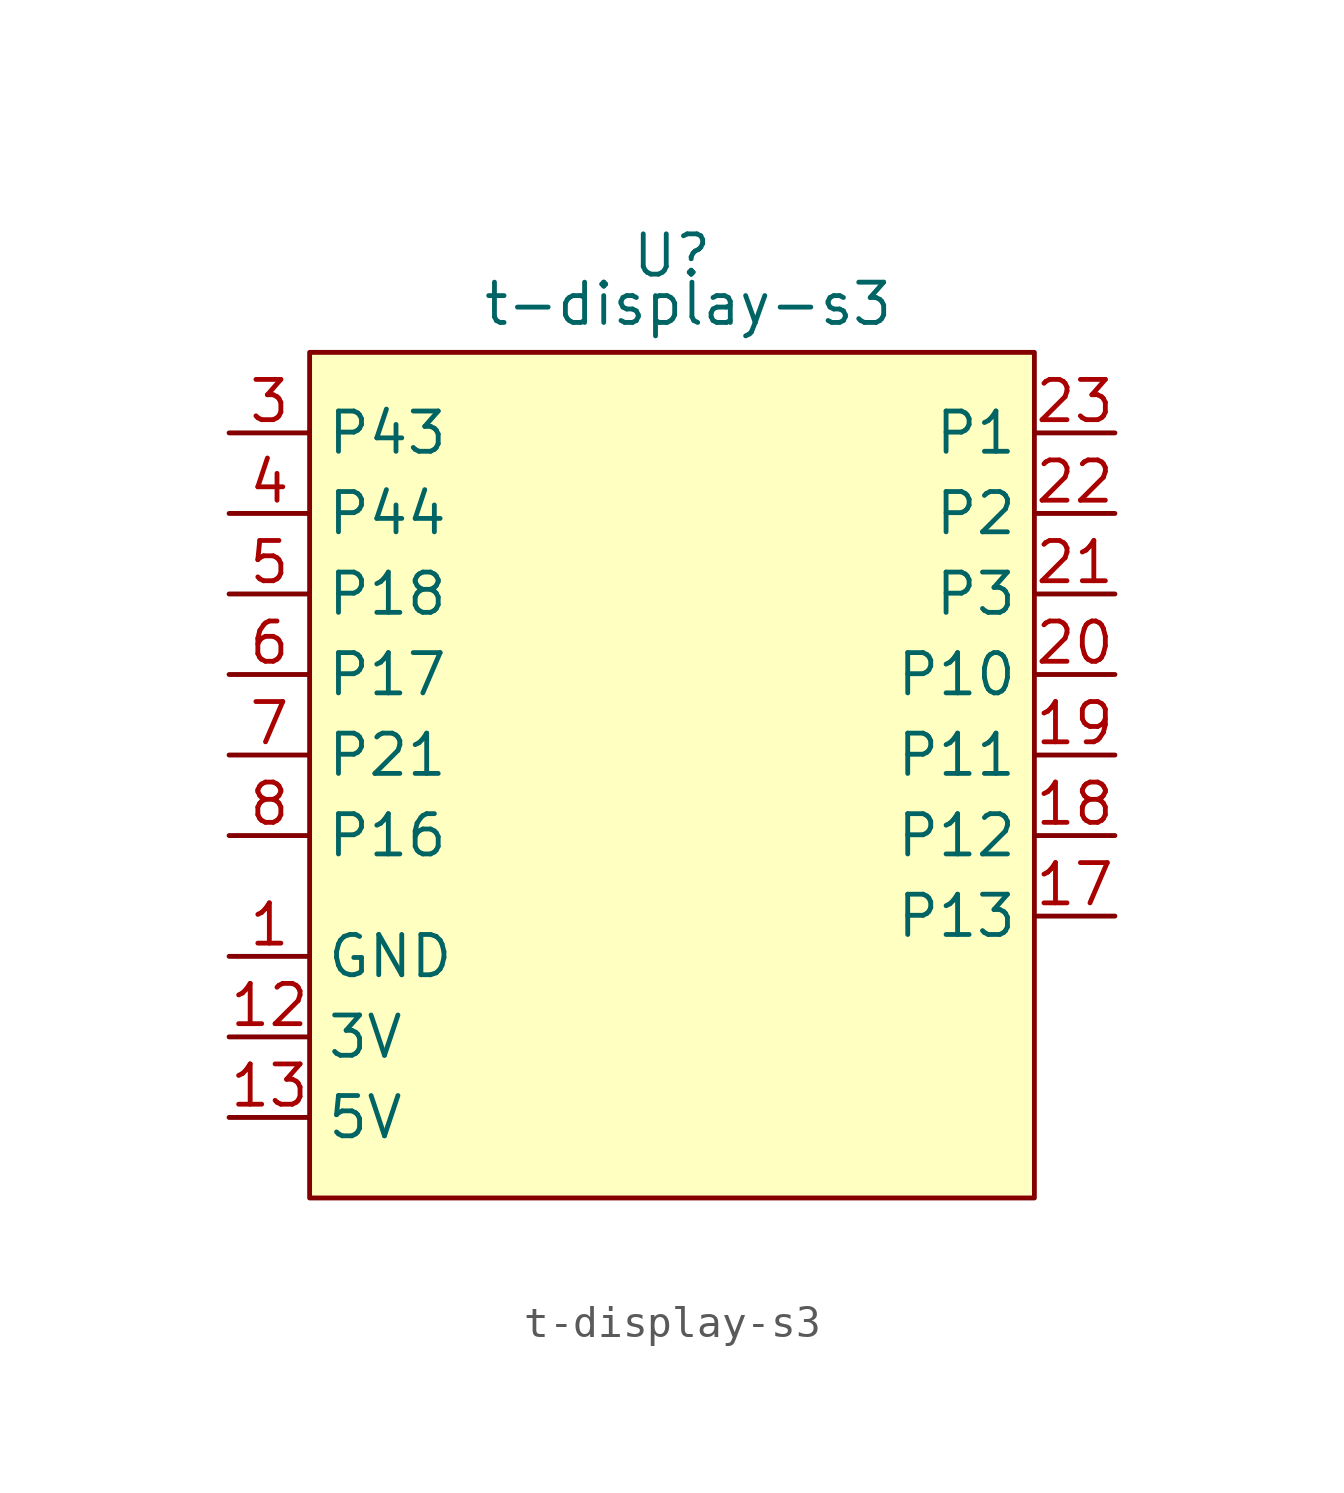
<source format=kicad_sym>
(kicad_symbol_lib
  (version 20241209)
  (generator "kicad_symbol_editor")
  (generator_version "9.0")
  (symbol "t-display-s3"
    (property "Reference" "U"
      (at 0 13.208 0)
      (effects (font (size 1.27 1.27))))
    (property "Value" "t-display-s3"
      (at 0.508 11.684 0)
      (effects (font (size 1.27 1.27))))
    (symbol "t-display-s3_1_1"
      (rectangle (start -11.43 10.16) (end 11.43 -16.51) (stroke (width 0) (type solid)) (fill (type background)))
      (pin input line (at -13.97 7.62 0) (length 2.54) (name "P43" (effects (font (size 1.27 1.27)))) (number "3" (effects (font (size 1.27 1.27)))))
      (pin input line (at -13.97 5.08 0) (length 2.54) (name "P44" (effects (font (size 1.27 1.27)))) (number "4" (effects (font (size 1.27 1.27)))))
      (pin input line (at -13.97 2.54 0) (length 2.54) (name "P18" (effects (font (size 1.27 1.27)))) (number "5" (effects (font (size 1.27 1.27)))))
      (pin input line (at -13.97 0 0) (length 2.54) (name "P17" (effects (font (size 1.27 1.27)))) (number "6" (effects (font (size 1.27 1.27)))))
      (pin input line (at -13.97 -2.54 0) (length 2.54) (name "P21" (effects (font (size 1.27 1.27)))) (number "7" (effects (font (size 1.27 1.27)))))
      (pin input line (at -13.97 -5.08 0) (length 2.54) (name "P16" (effects (font (size 1.27 1.27)))) (number "8" (effects (font (size 1.27 1.27)))))
      (pin input line (at -13.97 -8.89 0) (length 2.54) (name "GND" (effects (font (size 1.27 1.27)))) (number "1" (effects (font (size 1.27 1.27)))))
      (pin input line (at -13.97 -8.89 0) (length 2.54) (hide yes) (name "GND" (effects (font (size 1.27 1.27)))) (number "10" (effects (font (size 1.27 1.27)))))
      (pin input line (at -13.97 -8.89 0) (length 2.54) (hide yes) (name "GND" (effects (font (size 1.27 1.27)))) (number "11" (effects (font (size 1.27 1.27)))))
      (pin input line (at -13.97 -8.89 0) (length 2.54) (hide yes) (name "GND" (effects (font (size 1.27 1.27)))) (number "14" (effects (font (size 1.27 1.27)))))
      (pin input line (at -13.97 -8.89 0) (length 2.54) (hide yes) (name "GND" (effects (font (size 1.27 1.27)))) (number "2" (effects (font (size 1.27 1.27)))))
      (pin input line (at -13.97 -11.43 0) (length 2.54) (name "3V" (effects (font (size 1.27 1.27)))) (number "12" (effects (font (size 1.27 1.27)))))
      (pin input line (at -13.97 -11.43 0) (length 2.54) (hide yes) (name "3V" (effects (font (size 1.27 1.27)))) (number "24" (effects (font (size 1.27 1.27)))))
      (pin input line (at -13.97 -13.97 0) (length 2.54) (name "5V" (effects (font (size 1.27 1.27)))) (number "13" (effects (font (size 1.27 1.27)))))
      (pin input line (at 13.97 7.62 180) (length 2.54) (name "P1" (effects (font (size 1.27 1.27)))) (number "23" (effects (font (size 1.27 1.27)))))
      (pin input line (at 13.97 5.08 180) (length 2.54) (name "P2" (effects (font (size 1.27 1.27)))) (number "22" (effects (font (size 1.27 1.27)))))
      (pin input line (at 13.97 2.54 180) (length 2.54) (name "P3" (effects (font (size 1.27 1.27)))) (number "21" (effects (font (size 1.27 1.27)))))
      (pin input line (at 13.97 0 180) (length 2.54) (name "P10" (effects (font (size 1.27 1.27)))) (number "20" (effects (font (size 1.27 1.27)))))
      (pin input line (at 13.97 -2.54 180) (length 2.54) (name "P11" (effects (font (size 1.27 1.27)))) (number "19" (effects (font (size 1.27 1.27)))))
      (pin input line (at 13.97 -5.08 180) (length 2.54) (name "P12" (effects (font (size 1.27 1.27)))) (number "18" (effects (font (size 1.27 1.27)))))
      (pin input line (at 13.97 -7.62 180) (length 2.54) (name "P13" (effects (font (size 1.27 1.27)))) (number "17" (effects (font (size 1.27 1.27)))))
      (pin no_connect line (at 13.97 -10.16 180) (length 2.54) (hide yes) (name "NC" (effects (font (size 1.27 1.27)))) (number "9" (effects (font (size 1.27 1.27)))))
      (pin no_connect line (at 13.97 -12.7 180) (length 2.54) (hide yes) (name "NC" (effects (font (size 1.27 1.27)))) (number "15" (effects (font (size 1.27 1.27)))))
      (pin no_connect line (at 13.97 -15.24 180) (length 2.54) (hide yes) (name "NC" (effects (font (size 1.27 1.27)))) (number "16" (effects (font (size 1.27 1.27))))))))
</source>
